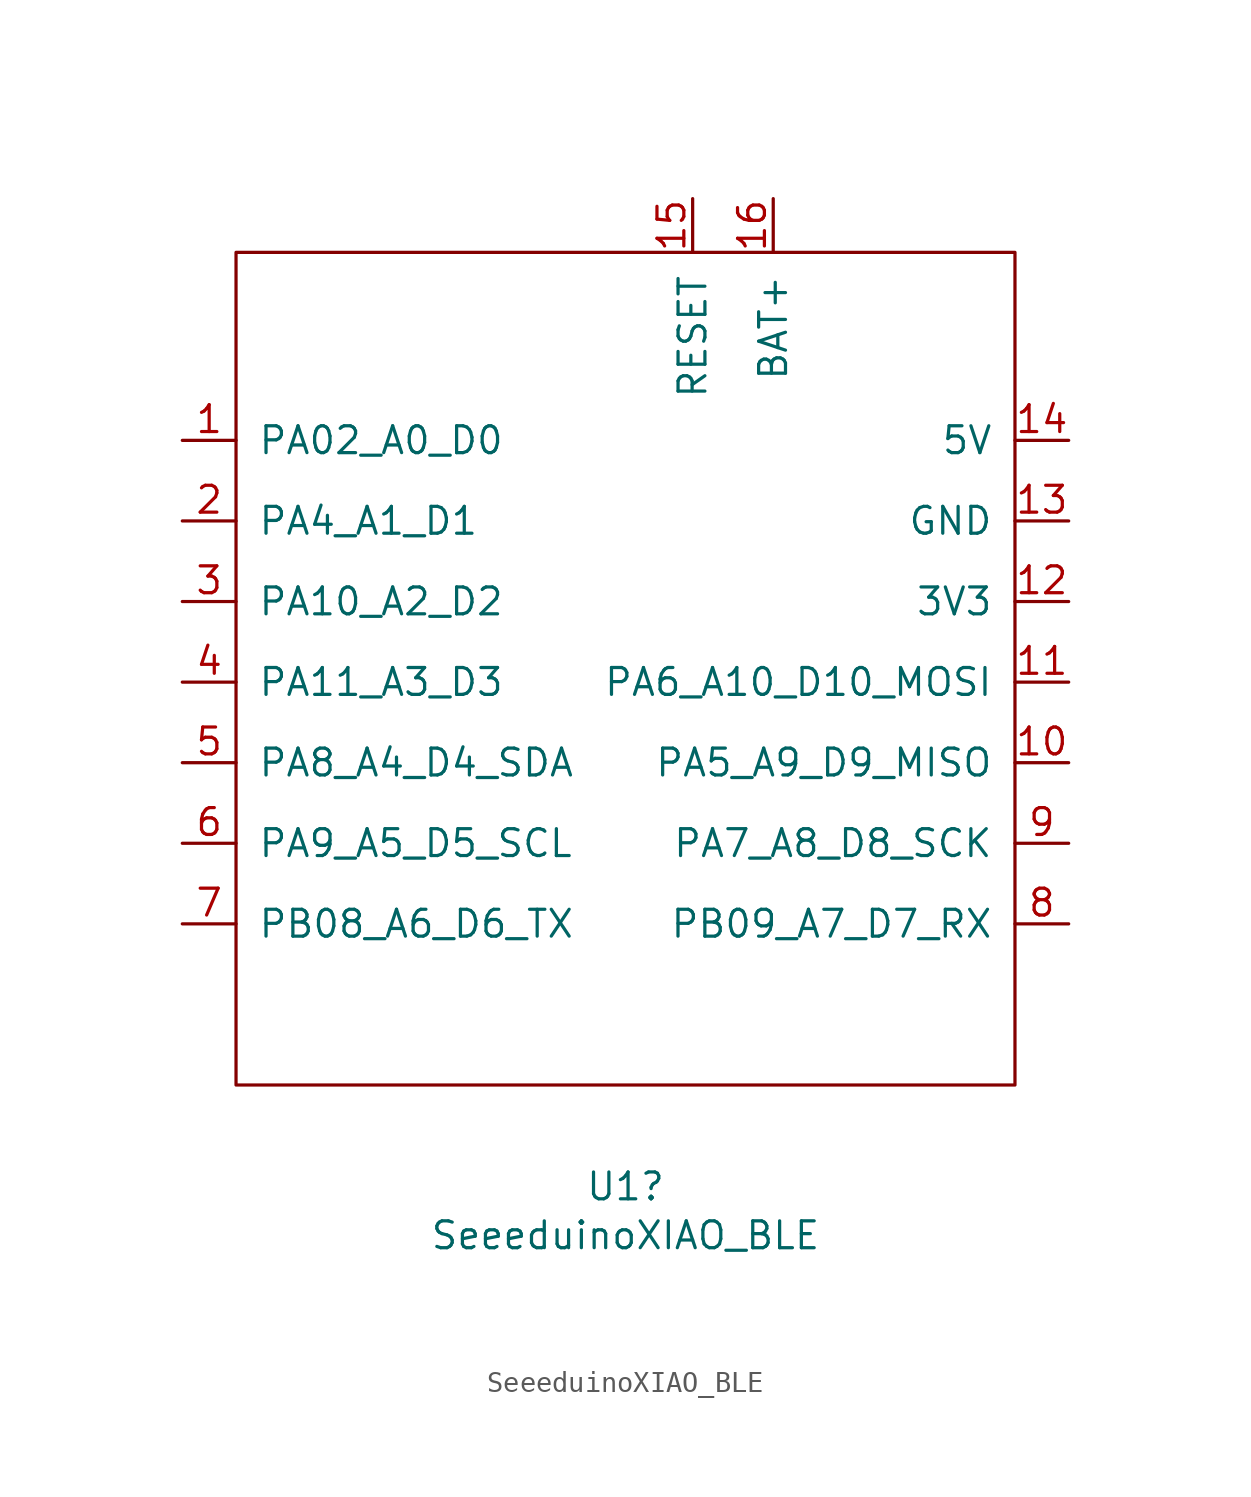
<source format=kicad_sym>
(kicad_symbol_lib
  (version 20211014)
  (generator kicad_symbol_editor)
  (symbol "SeeeduinoXIAO_BLE"
    (pin_names
      (offset 1.016))
    (property "Reference" "U1"
      (at -0.635 -23.851 0)
      (effects (font (size 1.27 1.27))))
    (property "Value" "SeeeduinoXIAO_BLE"
      (at -0.635 -26.162 0)
      (effects (font (size 1.27 1.27))))
    (symbol "SeeeduinoXIAO_BLE_0_1"
      (rectangle (start -19.05 20.32) (end 17.78 -19.05) (stroke (width 0) (type default) (color 0 0 0 0)) (fill (type none))))
    (symbol "SeeeduinoXIAO_BLE_1_1"
      (pin bidirectional line (at -21.59 11.43 0) (length 2.54) (name "PA02_A0_D0" (effects (font (size 1.27 1.27)))) (number "1" (effects (font (size 1.27 1.27)))))
      (pin bidirectional line (at 20.32 -3.81 180) (length 2.54) (name "PA5_A9_D9_MISO" (effects (font (size 1.27 1.27)))) (number "10" (effects (font (size 1.27 1.27)))))
      (pin bidirectional line (at 20.32 0 180) (length 2.54) (name "PA6_A10_D10_MOSI" (effects (font (size 1.27 1.27)))) (number "11" (effects (font (size 1.27 1.27)))))
      (pin power_out line (at 20.32 3.81 180) (length 2.54) (name "3V3" (effects (font (size 1.27 1.27)))) (number "12" (effects (font (size 1.27 1.27)))))
      (pin power_out line (at 20.32 7.62 180) (length 2.54) (name "GND" (effects (font (size 1.27 1.27)))) (number "13" (effects (font (size 1.27 1.27)))))
      (pin power_out line (at 20.32 11.43 180) (length 2.54) (name "5V" (effects (font (size 1.27 1.27)))) (number "14" (effects (font (size 1.27 1.27)))))
      (pin input line (at 2.54 22.86 270) (length 2.54) (name "RESET" (effects (font (size 1.27 1.27)))) (number "15" (effects (font (size 1.27 1.27)))))
      (pin power_in line (at 6.35 22.86 270) (length 2.54) (name "BAT+" (effects (font (size 1.27 1.27)))) (number "16" (effects (font (size 1.27 1.27)))))
      (pin bidirectional line (at -21.59 7.62 0) (length 2.54) (name "PA4_A1_D1" (effects (font (size 1.27 1.27)))) (number "2" (effects (font (size 1.27 1.27)))))
      (pin bidirectional line (at -21.59 3.81 0) (length 2.54) (name "PA10_A2_D2" (effects (font (size 1.27 1.27)))) (number "3" (effects (font (size 1.27 1.27)))))
      (pin unspecified line (at -21.59 0 0) (length 2.54) (name "PA11_A3_D3" (effects (font (size 1.27 1.27)))) (number "4" (effects (font (size 1.27 1.27)))))
      (pin bidirectional line (at -21.59 -3.81 0) (length 2.54) (name "PA8_A4_D4_SDA" (effects (font (size 1.27 1.27)))) (number "5" (effects (font (size 1.27 1.27)))))
      (pin bidirectional line (at -21.59 -7.62 0) (length 2.54) (name "PA9_A5_D5_SCL" (effects (font (size 1.27 1.27)))) (number "6" (effects (font (size 1.27 1.27)))))
      (pin bidirectional line (at -21.59 -11.43 0) (length 2.54) (name "PB08_A6_D6_TX" (effects (font (size 1.27 1.27)))) (number "7" (effects (font (size 1.27 1.27)))))
      (pin bidirectional line (at 20.32 -11.43 180) (length 2.54) (name "PB09_A7_D7_RX" (effects (font (size 1.27 1.27)))) (number "8" (effects (font (size 1.27 1.27)))))
      (pin bidirectional line (at 20.32 -7.62 180) (length 2.54) (name "PA7_A8_D8_SCK" (effects (font (size 1.27 1.27)))) (number "9" (effects (font (size 1.27 1.27))))))))
</source>
